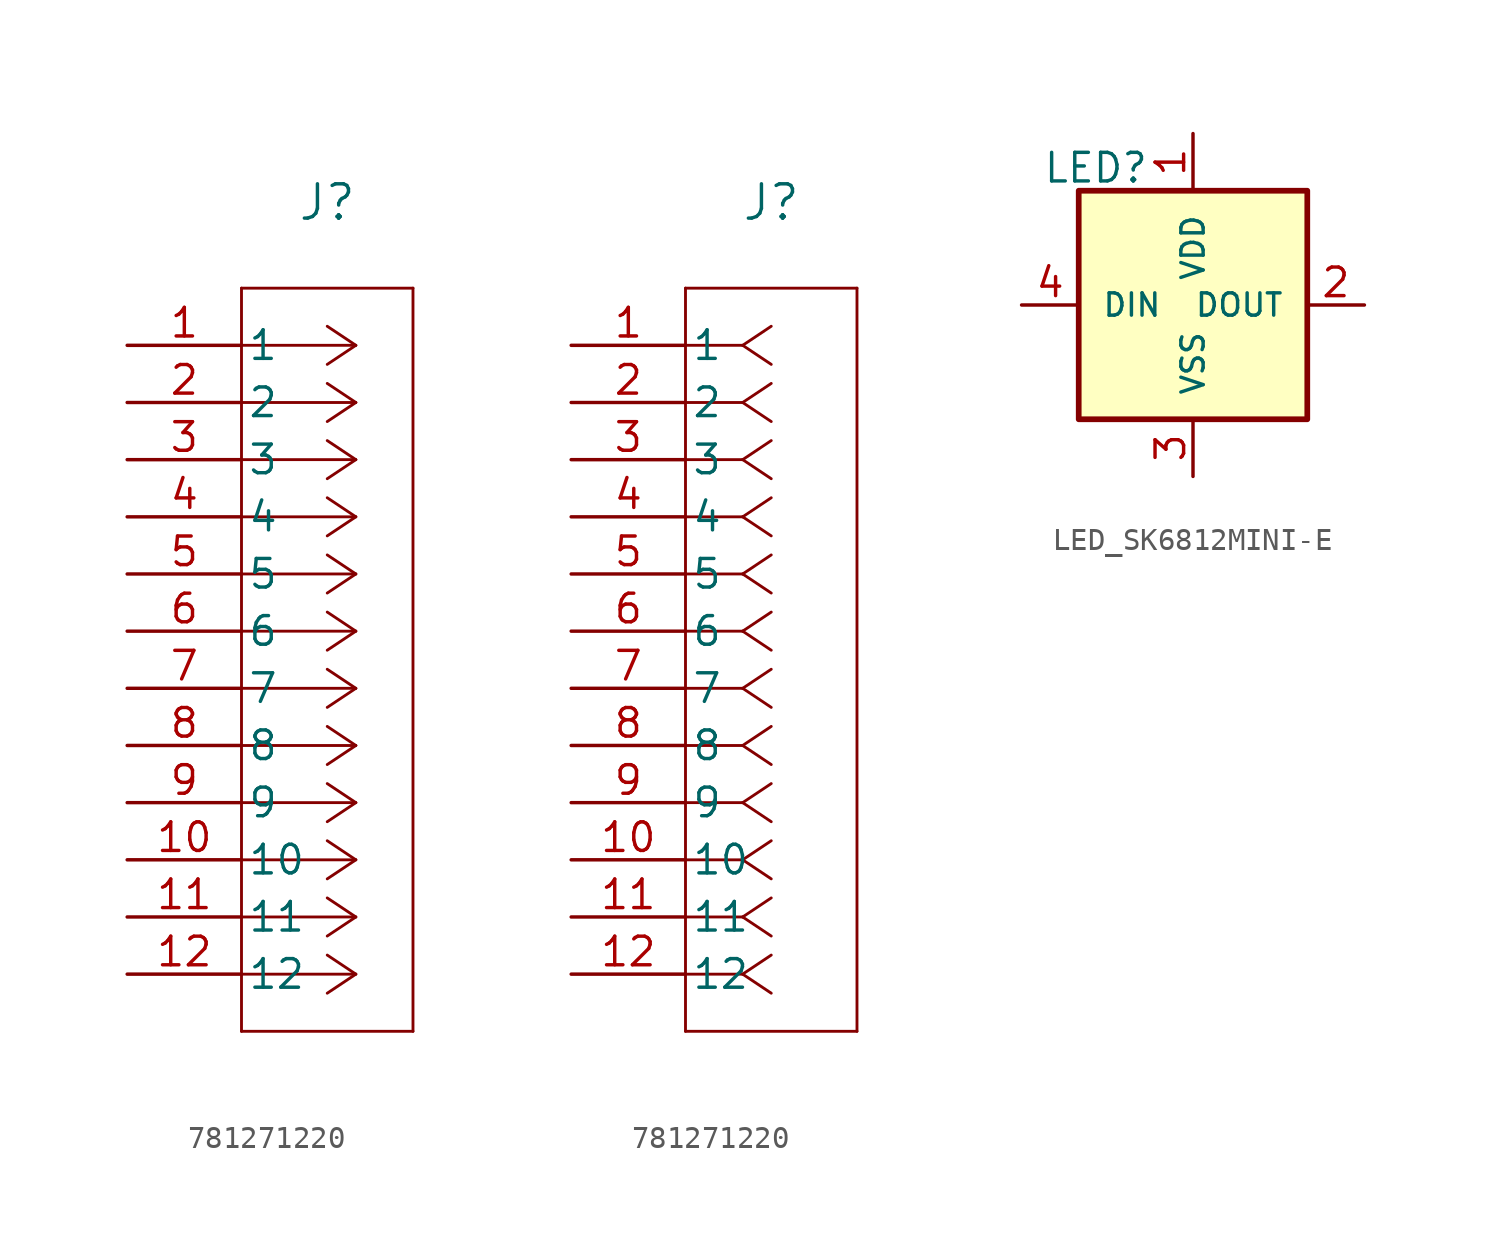
<source format=kicad_sym>
(kicad_symbol_lib
  (version 20220914)
  (generator kicad_symbol_editor)
  (symbol "781271220"
    (pin_names
      (offset 0.254))
    (property "Reference" "J"
      (at 8.89 6.35 0)
      (effects (font (size 1.524 1.524))))
    (symbol "781271220_1_1"
      (polyline (pts (xy 5.08 -30.48) (xy 12.7 -30.48)) (stroke (width 0.127) (type default)) (fill (type none)))
      (polyline (pts (xy 5.08 2.54) (xy 5.08 -30.48)) (stroke (width 0.127) (type default)) (fill (type none)))
      (polyline (pts (xy 10.16 -27.94) (xy 5.08 -27.94)) (stroke (width 0.127) (type default)) (fill (type none)))
      (polyline (pts (xy 10.16 -27.94) (xy 8.89 -28.787)) (stroke (width 0.127) (type default)) (fill (type none)))
      (polyline (pts (xy 10.16 -27.94) (xy 8.89 -27.093)) (stroke (width 0.127) (type default)) (fill (type none)))
      (polyline (pts (xy 10.16 -25.4) (xy 5.08 -25.4)) (stroke (width 0.127) (type default)) (fill (type none)))
      (polyline (pts (xy 10.16 -25.4) (xy 8.89 -26.247)) (stroke (width 0.127) (type default)) (fill (type none)))
      (polyline (pts (xy 10.16 -25.4) (xy 8.89 -24.553)) (stroke (width 0.127) (type default)) (fill (type none)))
      (polyline (pts (xy 10.16 -22.86) (xy 5.08 -22.86)) (stroke (width 0.127) (type default)) (fill (type none)))
      (polyline (pts (xy 10.16 -22.86) (xy 8.89 -23.707)) (stroke (width 0.127) (type default)) (fill (type none)))
      (polyline (pts (xy 10.16 -22.86) (xy 8.89 -22.013)) (stroke (width 0.127) (type default)) (fill (type none)))
      (polyline (pts (xy 10.16 -20.32) (xy 5.08 -20.32)) (stroke (width 0.127) (type default)) (fill (type none)))
      (polyline (pts (xy 10.16 -20.32) (xy 8.89 -21.167)) (stroke (width 0.127) (type default)) (fill (type none)))
      (polyline (pts (xy 10.16 -20.32) (xy 8.89 -19.473)) (stroke (width 0.127) (type default)) (fill (type none)))
      (polyline (pts (xy 10.16 -17.78) (xy 5.08 -17.78)) (stroke (width 0.127) (type default)) (fill (type none)))
      (polyline (pts (xy 10.16 -17.78) (xy 8.89 -18.627)) (stroke (width 0.127) (type default)) (fill (type none)))
      (polyline (pts (xy 10.16 -17.78) (xy 8.89 -16.933)) (stroke (width 0.127) (type default)) (fill (type none)))
      (polyline (pts (xy 10.16 -15.24) (xy 5.08 -15.24)) (stroke (width 0.127) (type default)) (fill (type none)))
      (polyline (pts (xy 10.16 -15.24) (xy 8.89 -16.087)) (stroke (width 0.127) (type default)) (fill (type none)))
      (polyline (pts (xy 10.16 -15.24) (xy 8.89 -14.393)) (stroke (width 0.127) (type default)) (fill (type none)))
      (polyline (pts (xy 10.16 -12.7) (xy 5.08 -12.7)) (stroke (width 0.127) (type default)) (fill (type none)))
      (polyline (pts (xy 10.16 -12.7) (xy 8.89 -13.547)) (stroke (width 0.127) (type default)) (fill (type none)))
      (polyline (pts (xy 10.16 -12.7) (xy 8.89 -11.853)) (stroke (width 0.127) (type default)) (fill (type none)))
      (polyline (pts (xy 10.16 -10.16) (xy 5.08 -10.16)) (stroke (width 0.127) (type default)) (fill (type none)))
      (polyline (pts (xy 10.16 -10.16) (xy 8.89 -11.007)) (stroke (width 0.127) (type default)) (fill (type none)))
      (polyline (pts (xy 10.16 -10.16) (xy 8.89 -9.313)) (stroke (width 0.127) (type default)) (fill (type none)))
      (polyline (pts (xy 10.16 -7.62) (xy 5.08 -7.62)) (stroke (width 0.127) (type default)) (fill (type none)))
      (polyline (pts (xy 10.16 -7.62) (xy 8.89 -8.467)) (stroke (width 0.127) (type default)) (fill (type none)))
      (polyline (pts (xy 10.16 -7.62) (xy 8.89 -6.773)) (stroke (width 0.127) (type default)) (fill (type none)))
      (polyline (pts (xy 10.16 -5.08) (xy 5.08 -5.08)) (stroke (width 0.127) (type default)) (fill (type none)))
      (polyline (pts (xy 10.16 -5.08) (xy 8.89 -5.927)) (stroke (width 0.127) (type default)) (fill (type none)))
      (polyline (pts (xy 10.16 -5.08) (xy 8.89 -4.233)) (stroke (width 0.127) (type default)) (fill (type none)))
      (polyline (pts (xy 10.16 -2.54) (xy 5.08 -2.54)) (stroke (width 0.127) (type default)) (fill (type none)))
      (polyline (pts (xy 10.16 -2.54) (xy 8.89 -3.387)) (stroke (width 0.127) (type default)) (fill (type none)))
      (polyline (pts (xy 10.16 -2.54) (xy 8.89 -1.693)) (stroke (width 0.127) (type default)) (fill (type none)))
      (polyline (pts (xy 10.16 0) (xy 5.08 0)) (stroke (width 0.127) (type default)) (fill (type none)))
      (polyline (pts (xy 10.16 0) (xy 8.89 -0.847)) (stroke (width 0.127) (type default)) (fill (type none)))
      (polyline (pts (xy 10.16 0) (xy 8.89 0.847)) (stroke (width 0.127) (type default)) (fill (type none)))
      (polyline (pts (xy 12.7 -30.48) (xy 12.7 2.54)) (stroke (width 0.127) (type default)) (fill (type none)))
      (polyline (pts (xy 12.7 2.54) (xy 5.08 2.54)) (stroke (width 0.127) (type default)) (fill (type none)))
      (pin unspecified line (at 0 0 0) (length 5.08) (name "1" (effects (font (size 1.27 1.27)))) (number "1" (effects (font (size 1.27 1.27)))))
      (pin unspecified line (at 0 -22.86 0) (length 5.08) (name "10" (effects (font (size 1.27 1.27)))) (number "10" (effects (font (size 1.27 1.27)))))
      (pin unspecified line (at 0 -25.4 0) (length 5.08) (name "11" (effects (font (size 1.27 1.27)))) (number "11" (effects (font (size 1.27 1.27)))))
      (pin unspecified line (at 0 -27.94 0) (length 5.08) (name "12" (effects (font (size 1.27 1.27)))) (number "12" (effects (font (size 1.27 1.27)))))
      (pin unspecified line (at 0 -2.54 0) (length 5.08) (name "2" (effects (font (size 1.27 1.27)))) (number "2" (effects (font (size 1.27 1.27)))))
      (pin unspecified line (at 0 -5.08 0) (length 5.08) (name "3" (effects (font (size 1.27 1.27)))) (number "3" (effects (font (size 1.27 1.27)))))
      (pin unspecified line (at 0 -7.62 0) (length 5.08) (name "4" (effects (font (size 1.27 1.27)))) (number "4" (effects (font (size 1.27 1.27)))))
      (pin unspecified line (at 0 -10.16 0) (length 5.08) (name "5" (effects (font (size 1.27 1.27)))) (number "5" (effects (font (size 1.27 1.27)))))
      (pin unspecified line (at 0 -12.7 0) (length 5.08) (name "6" (effects (font (size 1.27 1.27)))) (number "6" (effects (font (size 1.27 1.27)))))
      (pin unspecified line (at 0 -15.24 0) (length 5.08) (name "7" (effects (font (size 1.27 1.27)))) (number "7" (effects (font (size 1.27 1.27)))))
      (pin unspecified line (at 0 -17.78 0) (length 5.08) (name "8" (effects (font (size 1.27 1.27)))) (number "8" (effects (font (size 1.27 1.27)))))
      (pin unspecified line (at 0 -20.32 0) (length 5.08) (name "9" (effects (font (size 1.27 1.27)))) (number "9" (effects (font (size 1.27 1.27))))))
    (symbol "781271220_1_2"
      (polyline (pts (xy 5.08 -30.48) (xy 12.7 -30.48)) (stroke (width 0.127) (type default)) (fill (type none)))
      (polyline (pts (xy 5.08 2.54) (xy 5.08 -30.48)) (stroke (width 0.127) (type default)) (fill (type none)))
      (polyline (pts (xy 7.62 -27.94) (xy 5.08 -27.94)) (stroke (width 0.127) (type default)) (fill (type none)))
      (polyline (pts (xy 7.62 -27.94) (xy 8.89 -28.787)) (stroke (width 0.127) (type default)) (fill (type none)))
      (polyline (pts (xy 7.62 -27.94) (xy 8.89 -27.093)) (stroke (width 0.127) (type default)) (fill (type none)))
      (polyline (pts (xy 7.62 -25.4) (xy 5.08 -25.4)) (stroke (width 0.127) (type default)) (fill (type none)))
      (polyline (pts (xy 7.62 -25.4) (xy 8.89 -26.247)) (stroke (width 0.127) (type default)) (fill (type none)))
      (polyline (pts (xy 7.62 -25.4) (xy 8.89 -24.553)) (stroke (width 0.127) (type default)) (fill (type none)))
      (polyline (pts (xy 7.62 -22.86) (xy 5.08 -22.86)) (stroke (width 0.127) (type default)) (fill (type none)))
      (polyline (pts (xy 7.62 -22.86) (xy 8.89 -23.707)) (stroke (width 0.127) (type default)) (fill (type none)))
      (polyline (pts (xy 7.62 -22.86) (xy 8.89 -22.013)) (stroke (width 0.127) (type default)) (fill (type none)))
      (polyline (pts (xy 7.62 -20.32) (xy 5.08 -20.32)) (stroke (width 0.127) (type default)) (fill (type none)))
      (polyline (pts (xy 7.62 -20.32) (xy 8.89 -21.167)) (stroke (width 0.127) (type default)) (fill (type none)))
      (polyline (pts (xy 7.62 -20.32) (xy 8.89 -19.473)) (stroke (width 0.127) (type default)) (fill (type none)))
      (polyline (pts (xy 7.62 -17.78) (xy 5.08 -17.78)) (stroke (width 0.127) (type default)) (fill (type none)))
      (polyline (pts (xy 7.62 -17.78) (xy 8.89 -18.627)) (stroke (width 0.127) (type default)) (fill (type none)))
      (polyline (pts (xy 7.62 -17.78) (xy 8.89 -16.933)) (stroke (width 0.127) (type default)) (fill (type none)))
      (polyline (pts (xy 7.62 -15.24) (xy 5.08 -15.24)) (stroke (width 0.127) (type default)) (fill (type none)))
      (polyline (pts (xy 7.62 -15.24) (xy 8.89 -16.087)) (stroke (width 0.127) (type default)) (fill (type none)))
      (polyline (pts (xy 7.62 -15.24) (xy 8.89 -14.393)) (stroke (width 0.127) (type default)) (fill (type none)))
      (polyline (pts (xy 7.62 -12.7) (xy 5.08 -12.7)) (stroke (width 0.127) (type default)) (fill (type none)))
      (polyline (pts (xy 7.62 -12.7) (xy 8.89 -13.547)) (stroke (width 0.127) (type default)) (fill (type none)))
      (polyline (pts (xy 7.62 -12.7) (xy 8.89 -11.853)) (stroke (width 0.127) (type default)) (fill (type none)))
      (polyline (pts (xy 7.62 -10.16) (xy 5.08 -10.16)) (stroke (width 0.127) (type default)) (fill (type none)))
      (polyline (pts (xy 7.62 -10.16) (xy 8.89 -11.007)) (stroke (width 0.127) (type default)) (fill (type none)))
      (polyline (pts (xy 7.62 -10.16) (xy 8.89 -9.313)) (stroke (width 0.127) (type default)) (fill (type none)))
      (polyline (pts (xy 7.62 -7.62) (xy 5.08 -7.62)) (stroke (width 0.127) (type default)) (fill (type none)))
      (polyline (pts (xy 7.62 -7.62) (xy 8.89 -8.467)) (stroke (width 0.127) (type default)) (fill (type none)))
      (polyline (pts (xy 7.62 -7.62) (xy 8.89 -6.773)) (stroke (width 0.127) (type default)) (fill (type none)))
      (polyline (pts (xy 7.62 -5.08) (xy 5.08 -5.08)) (stroke (width 0.127) (type default)) (fill (type none)))
      (polyline (pts (xy 7.62 -5.08) (xy 8.89 -5.927)) (stroke (width 0.127) (type default)) (fill (type none)))
      (polyline (pts (xy 7.62 -5.08) (xy 8.89 -4.233)) (stroke (width 0.127) (type default)) (fill (type none)))
      (polyline (pts (xy 7.62 -2.54) (xy 5.08 -2.54)) (stroke (width 0.127) (type default)) (fill (type none)))
      (polyline (pts (xy 7.62 -2.54) (xy 8.89 -3.387)) (stroke (width 0.127) (type default)) (fill (type none)))
      (polyline (pts (xy 7.62 -2.54) (xy 8.89 -1.693)) (stroke (width 0.127) (type default)) (fill (type none)))
      (polyline (pts (xy 7.62 0) (xy 5.08 0)) (stroke (width 0.127) (type default)) (fill (type none)))
      (polyline (pts (xy 7.62 0) (xy 8.89 -0.847)) (stroke (width 0.127) (type default)) (fill (type none)))
      (polyline (pts (xy 7.62 0) (xy 8.89 0.847)) (stroke (width 0.127) (type default)) (fill (type none)))
      (polyline (pts (xy 12.7 -30.48) (xy 12.7 2.54)) (stroke (width 0.127) (type default)) (fill (type none)))
      (polyline (pts (xy 12.7 2.54) (xy 5.08 2.54)) (stroke (width 0.127) (type default)) (fill (type none)))
      (pin unspecified line (at 0 0 0) (length 5.08) (name "1" (effects (font (size 1.27 1.27)))) (number "1" (effects (font (size 1.27 1.27)))))
      (pin unspecified line (at 0 -22.86 0) (length 5.08) (name "10" (effects (font (size 1.27 1.27)))) (number "10" (effects (font (size 1.27 1.27)))))
      (pin unspecified line (at 0 -25.4 0) (length 5.08) (name "11" (effects (font (size 1.27 1.27)))) (number "11" (effects (font (size 1.27 1.27)))))
      (pin unspecified line (at 0 -27.94 0) (length 5.08) (name "12" (effects (font (size 1.27 1.27)))) (number "12" (effects (font (size 1.27 1.27)))))
      (pin unspecified line (at 0 -2.54 0) (length 5.08) (name "2" (effects (font (size 1.27 1.27)))) (number "2" (effects (font (size 1.27 1.27)))))
      (pin unspecified line (at 0 -5.08 0) (length 5.08) (name "3" (effects (font (size 1.27 1.27)))) (number "3" (effects (font (size 1.27 1.27)))))
      (pin unspecified line (at 0 -7.62 0) (length 5.08) (name "4" (effects (font (size 1.27 1.27)))) (number "4" (effects (font (size 1.27 1.27)))))
      (pin unspecified line (at 0 -10.16 0) (length 5.08) (name "5" (effects (font (size 1.27 1.27)))) (number "5" (effects (font (size 1.27 1.27)))))
      (pin unspecified line (at 0 -12.7 0) (length 5.08) (name "6" (effects (font (size 1.27 1.27)))) (number "6" (effects (font (size 1.27 1.27)))))
      (pin unspecified line (at 0 -15.24 0) (length 5.08) (name "7" (effects (font (size 1.27 1.27)))) (number "7" (effects (font (size 1.27 1.27)))))
      (pin unspecified line (at 0 -17.78 0) (length 5.08) (name "8" (effects (font (size 1.27 1.27)))) (number "8" (effects (font (size 1.27 1.27)))))
      (pin unspecified line (at 0 -20.32 0) (length 5.08) (name "9" (effects (font (size 1.27 1.27)))) (number "9" (effects (font (size 1.27 1.27)))))))
  (symbol "LED_SK6812MINI-E"
    (pin_names
      (offset 1.016))
    (property "Reference" "LED"
      (at -4.318 6.096 0)
      (effects (font (size 1.27 1.27))))
    (symbol "LED_SK6812MINI-E_0_1"
      (rectangle (start -5.08 5.08) (end 5.08 -5.08) (stroke (width 0.254) (type default)) (fill (type background))))
    (symbol "LED_SK6812MINI-E_1_1"
      (pin power_in line (at 0 7.62 270) (length 2.54) (name "VDD" (effects (font (size 0.991 0.991)))) (number "1" (effects (font (size 1.27 1.27)))))
      (pin output line (at 7.62 0 180) (length 2.54) (name "DOUT" (effects (font (size 0.991 0.991)))) (number "2" (effects (font (size 1.27 1.27)))))
      (pin power_in line (at 0 -7.62 90) (length 2.54) (name "VSS" (effects (font (size 0.991 0.991)))) (number "3" (effects (font (size 1.27 1.27)))))
      (pin input line (at -7.62 0 0) (length 2.54) (name "DIN" (effects (font (size 0.991 0.991)))) (number "4" (effects (font (size 1.27 1.27))))))))
</source>
